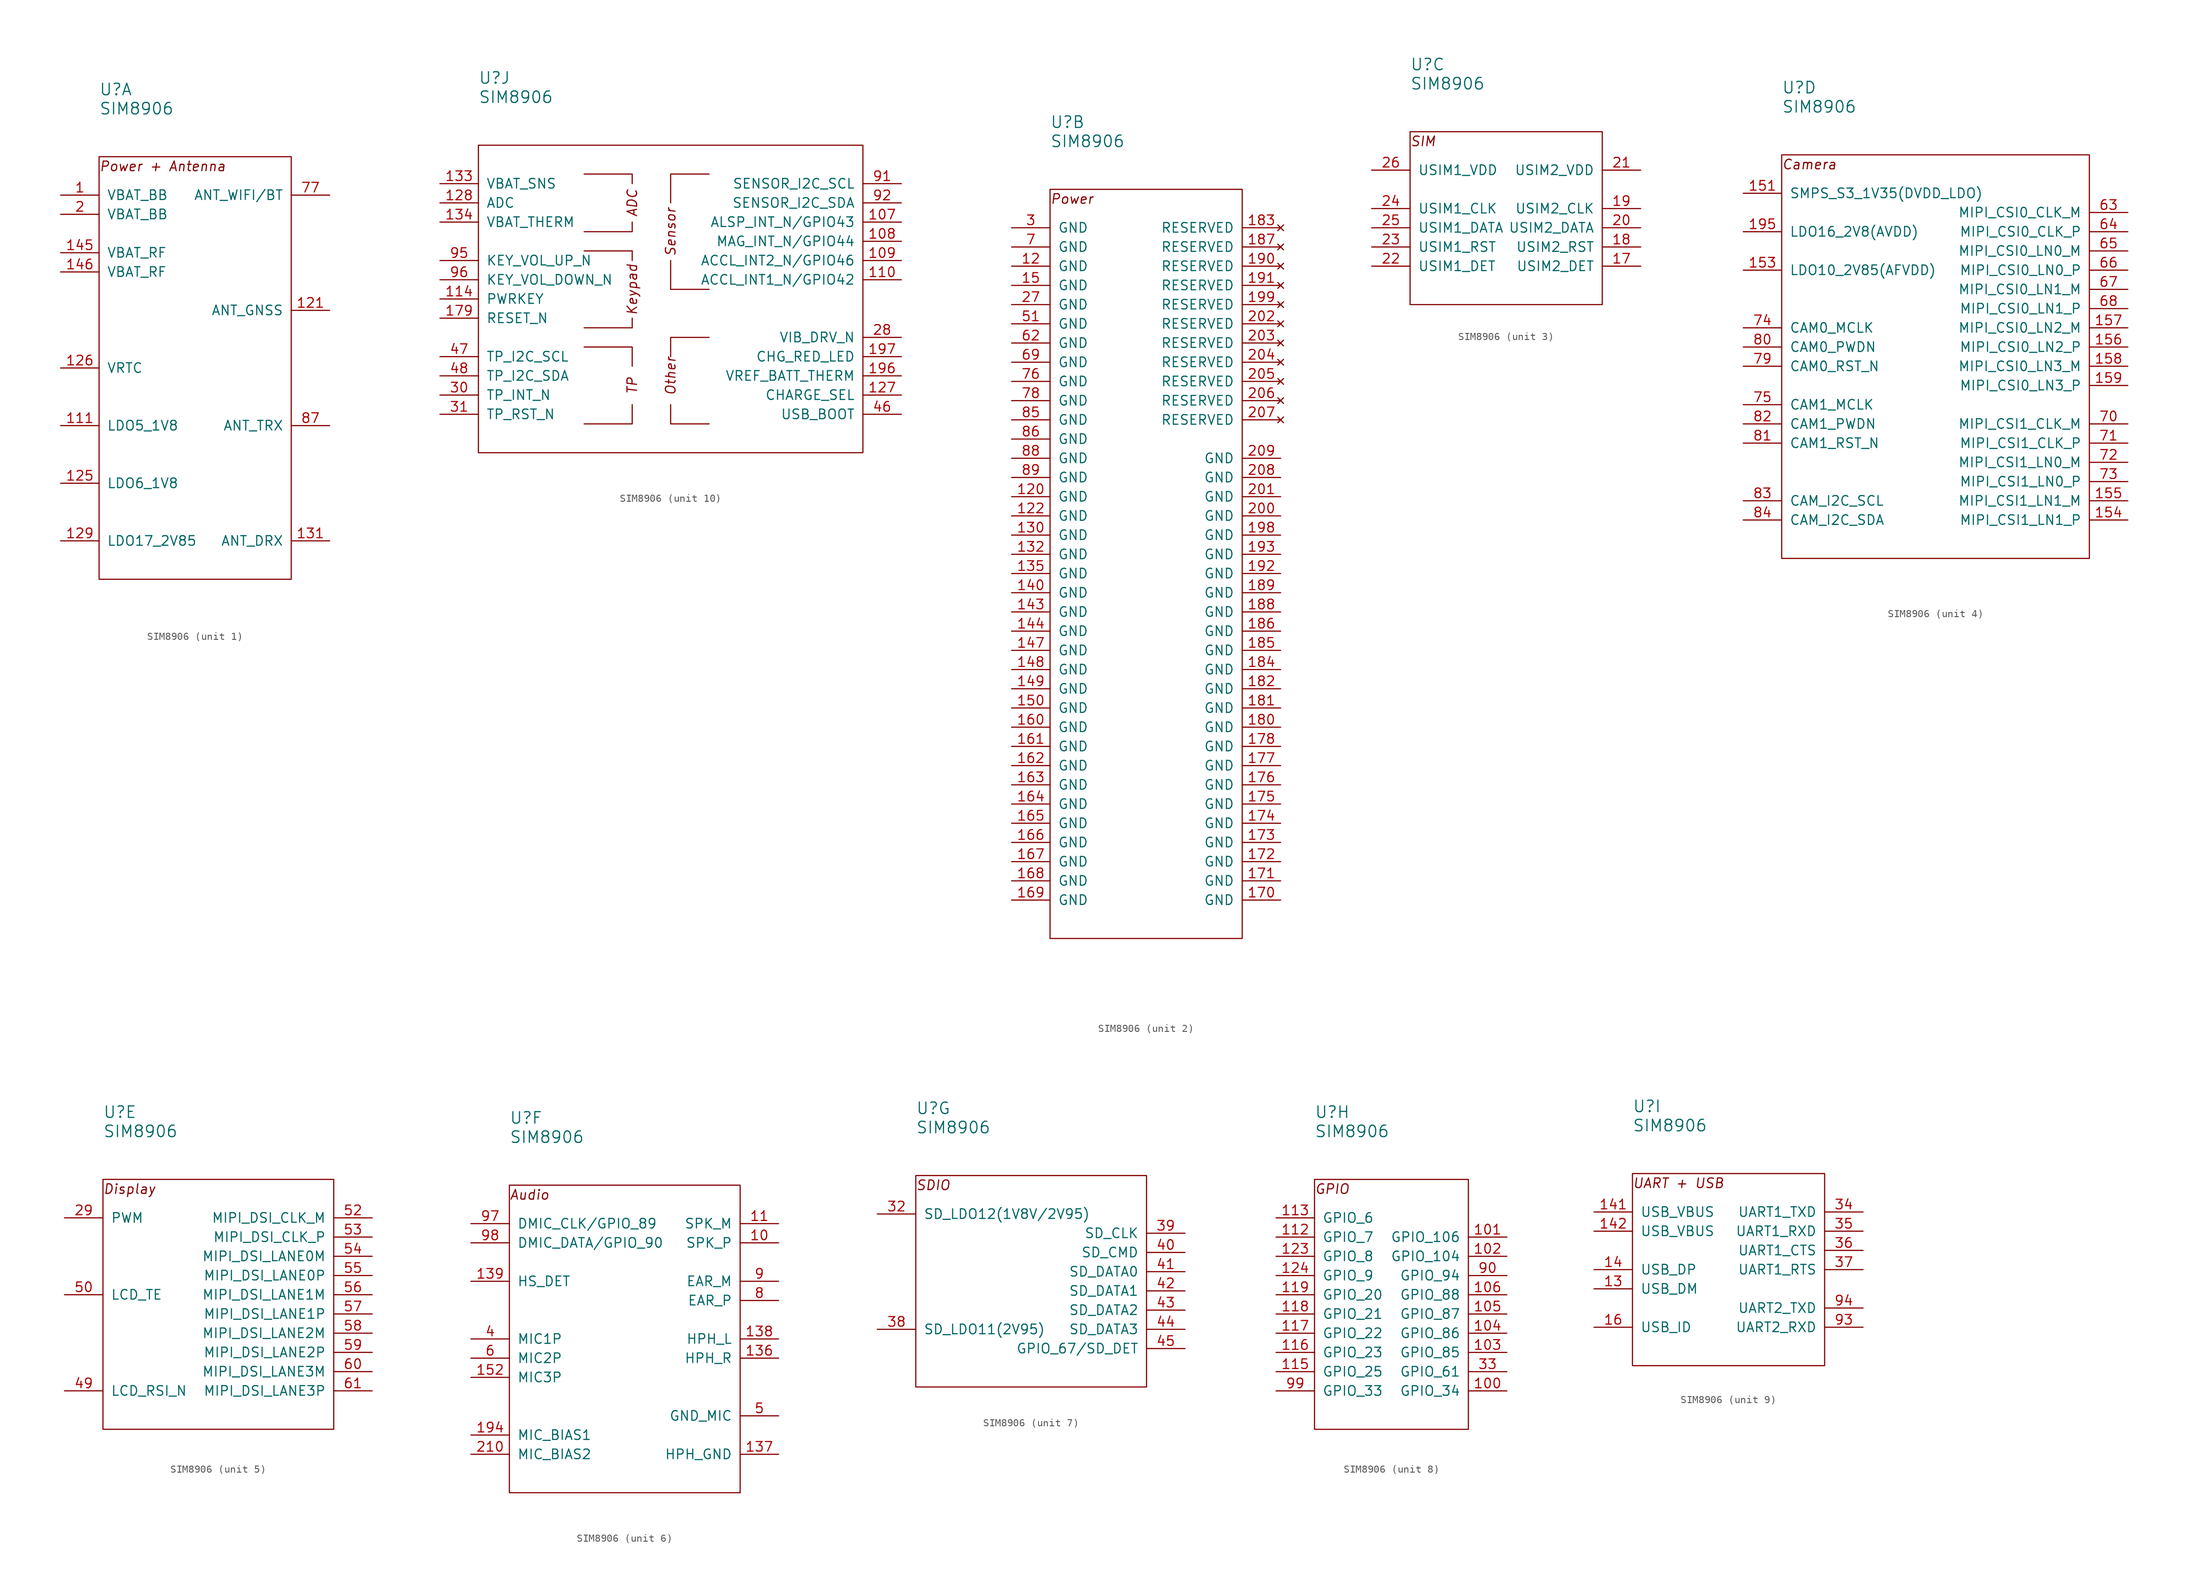
<source format=kicad_sym>
(kicad_symbol_lib
  (version 20211014)
  (generator kicad_symbol_editor)
  (symbol "SIM8906"
    (pin_names
      (offset 1.016))
    (property "Reference" "U"
      (at 0 8.89 0)
      (effects (font (size 1.524 1.524)) (justify left)))
    (property "Value" "SIM8906"
      (at 0 6.35 0)
      (effects (font (size 1.524 1.524)) (justify left)))
    (property "ki_locked" ""
      (at 0 0 0)
      (effects (font (size 1.27 1.27))))
    (symbol "SIM8906_1_1"
      (rectangle (start 0 0) (end 25.4 -55.88) (stroke (width 0) (type default) (color 0 0 0 0)) (fill (type none)))
      (text "Power + Antenna" (at 0 -1.27 0) (effects (font (size 1.27 1.27) italic) (justify left)))
      (pin passive line (at -5.08 -5.08 0) (length 5.08) (name "VBAT_BB" (effects (font (size 1.27 1.27)))) (number "1" (effects (font (size 1.27 1.27)))))
      (pin passive line (at -5.08 -35.56 0) (length 5.08) (name "LDO5_1V8" (effects (font (size 1.27 1.27)))) (number "111" (effects (font (size 1.27 1.27)))))
      (pin passive line (at 30.48 -20.32 180) (length 5.08) (name "ANT_GNSS" (effects (font (size 1.27 1.27)))) (number "121" (effects (font (size 1.27 1.27)))))
      (pin passive line (at -5.08 -43.18 0) (length 5.08) (name "LDO6_1V8" (effects (font (size 1.27 1.27)))) (number "125" (effects (font (size 1.27 1.27)))))
      (pin passive line (at -5.08 -27.94 0) (length 5.08) (name "VRTC" (effects (font (size 1.27 1.27)))) (number "126" (effects (font (size 1.27 1.27)))))
      (pin passive line (at -5.08 -50.8 0) (length 5.08) (name "LDO17_2V85" (effects (font (size 1.27 1.27)))) (number "129" (effects (font (size 1.27 1.27)))))
      (pin passive line (at 30.48 -50.8 180) (length 5.08) (name "ANT_DRX" (effects (font (size 1.27 1.27)))) (number "131" (effects (font (size 1.27 1.27)))))
      (pin passive line (at -5.08 -12.7 0) (length 5.08) (name "VBAT_RF" (effects (font (size 1.27 1.27)))) (number "145" (effects (font (size 1.27 1.27)))))
      (pin passive line (at -5.08 -15.24 0) (length 5.08) (name "VBAT_RF" (effects (font (size 1.27 1.27)))) (number "146" (effects (font (size 1.27 1.27)))))
      (pin passive line (at -5.08 -7.62 0) (length 5.08) (name "VBAT_BB" (effects (font (size 1.27 1.27)))) (number "2" (effects (font (size 1.27 1.27)))))
      (pin passive line (at 30.48 -5.08 180) (length 5.08) (name "ANT_WIFI/BT" (effects (font (size 1.27 1.27)))) (number "77" (effects (font (size 1.27 1.27)))))
      (pin passive line (at 30.48 -35.56 180) (length 5.08) (name "ANT_TRX" (effects (font (size 1.27 1.27)))) (number "87" (effects (font (size 1.27 1.27))))))
    (symbol "SIM8906_2_1"
      (rectangle (start 0 0) (end 25.4 -99.06) (stroke (width 0) (type default) (color 0 0 0 0)) (fill (type none)))
      (text "Power" (at 0 -1.27 0) (effects (font (size 1.27 1.27) italic) (justify left)))
      (pin passive line (at -5.08 -10.16 0) (length 5.08) (name "GND" (effects (font (size 1.27 1.27)))) (number "12" (effects (font (size 1.27 1.27)))))
      (pin passive line (at -5.08 -40.64 0) (length 5.08) (name "GND" (effects (font (size 1.27 1.27)))) (number "120" (effects (font (size 1.27 1.27)))))
      (pin passive line (at -5.08 -43.18 0) (length 5.08) (name "GND" (effects (font (size 1.27 1.27)))) (number "122" (effects (font (size 1.27 1.27)))))
      (pin passive line (at -5.08 -45.72 0) (length 5.08) (name "GND" (effects (font (size 1.27 1.27)))) (number "130" (effects (font (size 1.27 1.27)))))
      (pin passive line (at -5.08 -48.26 0) (length 5.08) (name "GND" (effects (font (size 1.27 1.27)))) (number "132" (effects (font (size 1.27 1.27)))))
      (pin passive line (at -5.08 -50.8 0) (length 5.08) (name "GND" (effects (font (size 1.27 1.27)))) (number "135" (effects (font (size 1.27 1.27)))))
      (pin passive line (at -5.08 -53.34 0) (length 5.08) (name "GND" (effects (font (size 1.27 1.27)))) (number "140" (effects (font (size 1.27 1.27)))))
      (pin passive line (at -5.08 -55.88 0) (length 5.08) (name "GND" (effects (font (size 1.27 1.27)))) (number "143" (effects (font (size 1.27 1.27)))))
      (pin passive line (at -5.08 -58.42 0) (length 5.08) (name "GND" (effects (font (size 1.27 1.27)))) (number "144" (effects (font (size 1.27 1.27)))))
      (pin passive line (at -5.08 -60.96 0) (length 5.08) (name "GND" (effects (font (size 1.27 1.27)))) (number "147" (effects (font (size 1.27 1.27)))))
      (pin passive line (at -5.08 -63.5 0) (length 5.08) (name "GND" (effects (font (size 1.27 1.27)))) (number "148" (effects (font (size 1.27 1.27)))))
      (pin passive line (at -5.08 -66.04 0) (length 5.08) (name "GND" (effects (font (size 1.27 1.27)))) (number "149" (effects (font (size 1.27 1.27)))))
      (pin passive line (at -5.08 -12.7 0) (length 5.08) (name "GND" (effects (font (size 1.27 1.27)))) (number "15" (effects (font (size 1.27 1.27)))))
      (pin passive line (at -5.08 -68.58 0) (length 5.08) (name "GND" (effects (font (size 1.27 1.27)))) (number "150" (effects (font (size 1.27 1.27)))))
      (pin passive line (at -5.08 -71.12 0) (length 5.08) (name "GND" (effects (font (size 1.27 1.27)))) (number "160" (effects (font (size 1.27 1.27)))))
      (pin passive line (at -5.08 -73.66 0) (length 5.08) (name "GND" (effects (font (size 1.27 1.27)))) (number "161" (effects (font (size 1.27 1.27)))))
      (pin passive line (at -5.08 -76.2 0) (length 5.08) (name "GND" (effects (font (size 1.27 1.27)))) (number "162" (effects (font (size 1.27 1.27)))))
      (pin passive line (at -5.08 -78.74 0) (length 5.08) (name "GND" (effects (font (size 1.27 1.27)))) (number "163" (effects (font (size 1.27 1.27)))))
      (pin passive line (at -5.08 -81.28 0) (length 5.08) (name "GND" (effects (font (size 1.27 1.27)))) (number "164" (effects (font (size 1.27 1.27)))))
      (pin passive line (at -5.08 -83.82 0) (length 5.08) (name "GND" (effects (font (size 1.27 1.27)))) (number "165" (effects (font (size 1.27 1.27)))))
      (pin passive line (at -5.08 -86.36 0) (length 5.08) (name "GND" (effects (font (size 1.27 1.27)))) (number "166" (effects (font (size 1.27 1.27)))))
      (pin passive line (at -5.08 -88.9 0) (length 5.08) (name "GND" (effects (font (size 1.27 1.27)))) (number "167" (effects (font (size 1.27 1.27)))))
      (pin passive line (at -5.08 -91.44 0) (length 5.08) (name "GND" (effects (font (size 1.27 1.27)))) (number "168" (effects (font (size 1.27 1.27)))))
      (pin passive line (at -5.08 -93.98 0) (length 5.08) (name "GND" (effects (font (size 1.27 1.27)))) (number "169" (effects (font (size 1.27 1.27)))))
      (pin passive line (at 30.48 -93.98 180) (length 5.08) (name "GND" (effects (font (size 1.27 1.27)))) (number "170" (effects (font (size 1.27 1.27)))))
      (pin passive line (at 30.48 -91.44 180) (length 5.08) (name "GND" (effects (font (size 1.27 1.27)))) (number "171" (effects (font (size 1.27 1.27)))))
      (pin passive line (at 30.48 -88.9 180) (length 5.08) (name "GND" (effects (font (size 1.27 1.27)))) (number "172" (effects (font (size 1.27 1.27)))))
      (pin passive line (at 30.48 -86.36 180) (length 5.08) (name "GND" (effects (font (size 1.27 1.27)))) (number "173" (effects (font (size 1.27 1.27)))))
      (pin passive line (at 30.48 -83.82 180) (length 5.08) (name "GND" (effects (font (size 1.27 1.27)))) (number "174" (effects (font (size 1.27 1.27)))))
      (pin passive line (at 30.48 -81.28 180) (length 5.08) (name "GND" (effects (font (size 1.27 1.27)))) (number "175" (effects (font (size 1.27 1.27)))))
      (pin passive line (at 30.48 -78.74 180) (length 5.08) (name "GND" (effects (font (size 1.27 1.27)))) (number "176" (effects (font (size 1.27 1.27)))))
      (pin passive line (at 30.48 -76.2 180) (length 5.08) (name "GND" (effects (font (size 1.27 1.27)))) (number "177" (effects (font (size 1.27 1.27)))))
      (pin passive line (at 30.48 -73.66 180) (length 5.08) (name "GND" (effects (font (size 1.27 1.27)))) (number "178" (effects (font (size 1.27 1.27)))))
      (pin passive line (at 30.48 -71.12 180) (length 5.08) (name "GND" (effects (font (size 1.27 1.27)))) (number "180" (effects (font (size 1.27 1.27)))))
      (pin passive line (at 30.48 -68.58 180) (length 5.08) (name "GND" (effects (font (size 1.27 1.27)))) (number "181" (effects (font (size 1.27 1.27)))))
      (pin passive line (at 30.48 -66.04 180) (length 5.08) (name "GND" (effects (font (size 1.27 1.27)))) (number "182" (effects (font (size 1.27 1.27)))))
      (pin no_connect line (at 30.48 -5.08 180) (length 5.08) (name "RESERVED" (effects (font (size 1.27 1.27)))) (number "183" (effects (font (size 1.27 1.27)))))
      (pin passive line (at 30.48 -63.5 180) (length 5.08) (name "GND" (effects (font (size 1.27 1.27)))) (number "184" (effects (font (size 1.27 1.27)))))
      (pin passive line (at 30.48 -60.96 180) (length 5.08) (name "GND" (effects (font (size 1.27 1.27)))) (number "185" (effects (font (size 1.27 1.27)))))
      (pin passive line (at 30.48 -58.42 180) (length 5.08) (name "GND" (effects (font (size 1.27 1.27)))) (number "186" (effects (font (size 1.27 1.27)))))
      (pin no_connect line (at 30.48 -7.62 180) (length 5.08) (name "RESERVED" (effects (font (size 1.27 1.27)))) (number "187" (effects (font (size 1.27 1.27)))))
      (pin passive line (at 30.48 -55.88 180) (length 5.08) (name "GND" (effects (font (size 1.27 1.27)))) (number "188" (effects (font (size 1.27 1.27)))))
      (pin passive line (at 30.48 -53.34 180) (length 5.08) (name "GND" (effects (font (size 1.27 1.27)))) (number "189" (effects (font (size 1.27 1.27)))))
      (pin no_connect line (at 30.48 -10.16 180) (length 5.08) (name "RESERVED" (effects (font (size 1.27 1.27)))) (number "190" (effects (font (size 1.27 1.27)))))
      (pin no_connect line (at 30.48 -12.7 180) (length 5.08) (name "RESERVED" (effects (font (size 1.27 1.27)))) (number "191" (effects (font (size 1.27 1.27)))))
      (pin passive line (at 30.48 -50.8 180) (length 5.08) (name "GND" (effects (font (size 1.27 1.27)))) (number "192" (effects (font (size 1.27 1.27)))))
      (pin passive line (at 30.48 -48.26 180) (length 5.08) (name "GND" (effects (font (size 1.27 1.27)))) (number "193" (effects (font (size 1.27 1.27)))))
      (pin passive line (at 30.48 -45.72 180) (length 5.08) (name "GND" (effects (font (size 1.27 1.27)))) (number "198" (effects (font (size 1.27 1.27)))))
      (pin no_connect line (at 30.48 -15.24 180) (length 5.08) (name "RESERVED" (effects (font (size 1.27 1.27)))) (number "199" (effects (font (size 1.27 1.27)))))
      (pin passive line (at 30.48 -43.18 180) (length 5.08) (name "GND" (effects (font (size 1.27 1.27)))) (number "200" (effects (font (size 1.27 1.27)))))
      (pin passive line (at 30.48 -40.64 180) (length 5.08) (name "GND" (effects (font (size 1.27 1.27)))) (number "201" (effects (font (size 1.27 1.27)))))
      (pin no_connect line (at 30.48 -17.78 180) (length 5.08) (name "RESERVED" (effects (font (size 1.27 1.27)))) (number "202" (effects (font (size 1.27 1.27)))))
      (pin no_connect line (at 30.48 -20.32 180) (length 5.08) (name "RESERVED" (effects (font (size 1.27 1.27)))) (number "203" (effects (font (size 1.27 1.27)))))
      (pin no_connect line (at 30.48 -22.86 180) (length 5.08) (name "RESERVED" (effects (font (size 1.27 1.27)))) (number "204" (effects (font (size 1.27 1.27)))))
      (pin no_connect line (at 30.48 -25.4 180) (length 5.08) (name "RESERVED" (effects (font (size 1.27 1.27)))) (number "205" (effects (font (size 1.27 1.27)))))
      (pin no_connect line (at 30.48 -27.94 180) (length 5.08) (name "RESERVED" (effects (font (size 1.27 1.27)))) (number "206" (effects (font (size 1.27 1.27)))))
      (pin no_connect line (at 30.48 -30.48 180) (length 5.08) (name "RESERVED" (effects (font (size 1.27 1.27)))) (number "207" (effects (font (size 1.27 1.27)))))
      (pin passive line (at 30.48 -38.1 180) (length 5.08) (name "GND" (effects (font (size 1.27 1.27)))) (number "208" (effects (font (size 1.27 1.27)))))
      (pin passive line (at 30.48 -35.56 180) (length 5.08) (name "GND" (effects (font (size 1.27 1.27)))) (number "209" (effects (font (size 1.27 1.27)))))
      (pin passive line (at -5.08 -15.24 0) (length 5.08) (name "GND" (effects (font (size 1.27 1.27)))) (number "27" (effects (font (size 1.27 1.27)))))
      (pin passive line (at -5.08 -5.08 0) (length 5.08) (name "GND" (effects (font (size 1.27 1.27)))) (number "3" (effects (font (size 1.27 1.27)))))
      (pin passive line (at -5.08 -17.78 0) (length 5.08) (name "GND" (effects (font (size 1.27 1.27)))) (number "51" (effects (font (size 1.27 1.27)))))
      (pin passive line (at -5.08 -20.32 0) (length 5.08) (name "GND" (effects (font (size 1.27 1.27)))) (number "62" (effects (font (size 1.27 1.27)))))
      (pin passive line (at -5.08 -22.86 0) (length 5.08) (name "GND" (effects (font (size 1.27 1.27)))) (number "69" (effects (font (size 1.27 1.27)))))
      (pin passive line (at -5.08 -7.62 0) (length 5.08) (name "GND" (effects (font (size 1.27 1.27)))) (number "7" (effects (font (size 1.27 1.27)))))
      (pin passive line (at -5.08 -25.4 0) (length 5.08) (name "GND" (effects (font (size 1.27 1.27)))) (number "76" (effects (font (size 1.27 1.27)))))
      (pin passive line (at -5.08 -27.94 0) (length 5.08) (name "GND" (effects (font (size 1.27 1.27)))) (number "78" (effects (font (size 1.27 1.27)))))
      (pin passive line (at -5.08 -30.48 0) (length 5.08) (name "GND" (effects (font (size 1.27 1.27)))) (number "85" (effects (font (size 1.27 1.27)))))
      (pin passive line (at -5.08 -33.02 0) (length 5.08) (name "GND" (effects (font (size 1.27 1.27)))) (number "86" (effects (font (size 1.27 1.27)))))
      (pin passive line (at -5.08 -35.56 0) (length 5.08) (name "GND" (effects (font (size 1.27 1.27)))) (number "88" (effects (font (size 1.27 1.27)))))
      (pin passive line (at -5.08 -38.1 0) (length 5.08) (name "GND" (effects (font (size 1.27 1.27)))) (number "89" (effects (font (size 1.27 1.27))))))
    (symbol "SIM8906_3_1"
      (rectangle (start 0 0) (end 25.4 -22.86) (stroke (width 0) (type default) (color 0 0 0 0)) (fill (type none)))
      (text "SIM" (at 0 -1.27 0) (effects (font (size 1.27 1.27) italic) (justify left)))
      (pin passive line (at 30.48 -17.78 180) (length 5.08) (name "USIM2_DET" (effects (font (size 1.27 1.27)))) (number "17" (effects (font (size 1.27 1.27)))))
      (pin passive line (at 30.48 -15.24 180) (length 5.08) (name "USIM2_RST" (effects (font (size 1.27 1.27)))) (number "18" (effects (font (size 1.27 1.27)))))
      (pin passive line (at 30.48 -10.16 180) (length 5.08) (name "USIM2_CLK" (effects (font (size 1.27 1.27)))) (number "19" (effects (font (size 1.27 1.27)))))
      (pin passive line (at 30.48 -12.7 180) (length 5.08) (name "USIM2_DATA" (effects (font (size 1.27 1.27)))) (number "20" (effects (font (size 1.27 1.27)))))
      (pin passive line (at 30.48 -5.08 180) (length 5.08) (name "USIM2_VDD" (effects (font (size 1.27 1.27)))) (number "21" (effects (font (size 1.27 1.27)))))
      (pin passive line (at -5.08 -17.78 0) (length 5.08) (name "USIM1_DET" (effects (font (size 1.27 1.27)))) (number "22" (effects (font (size 1.27 1.27)))))
      (pin passive line (at -5.08 -15.24 0) (length 5.08) (name "USIM1_RST" (effects (font (size 1.27 1.27)))) (number "23" (effects (font (size 1.27 1.27)))))
      (pin passive line (at -5.08 -10.16 0) (length 5.08) (name "USIM1_CLK" (effects (font (size 1.27 1.27)))) (number "24" (effects (font (size 1.27 1.27)))))
      (pin passive line (at -5.08 -12.7 0) (length 5.08) (name "USIM1_DATA" (effects (font (size 1.27 1.27)))) (number "25" (effects (font (size 1.27 1.27)))))
      (pin passive line (at -5.08 -5.08 0) (length 5.08) (name "USIM1_VDD" (effects (font (size 1.27 1.27)))) (number "26" (effects (font (size 1.27 1.27))))))
    (symbol "SIM8906_4_1"
      (rectangle (start 0 0) (end 40.64 -53.34) (stroke (width 0) (type default) (color 0 0 0 0)) (fill (type none)))
      (text "Camera" (at 0 -1.27 0) (effects (font (size 1.27 1.27) italic) (justify left)))
      (pin passive line (at -5.08 -5.08 0) (length 5.08) (name "SMPS_S3_1V35(DVDD_LDO)" (effects (font (size 1.27 1.27)))) (number "151" (effects (font (size 1.27 1.27)))))
      (pin passive line (at -5.08 -15.24 0) (length 5.08) (name "LDO10_2V85(AFVDD)" (effects (font (size 1.27 1.27)))) (number "153" (effects (font (size 1.27 1.27)))))
      (pin passive line (at 45.72 -48.26 180) (length 5.08) (name "MIPI_CSI1_LN1_P" (effects (font (size 1.27 1.27)))) (number "154" (effects (font (size 1.27 1.27)))))
      (pin passive line (at 45.72 -45.72 180) (length 5.08) (name "MIPI_CSI1_LN1_M" (effects (font (size 1.27 1.27)))) (number "155" (effects (font (size 1.27 1.27)))))
      (pin passive line (at 45.72 -25.4 180) (length 5.08) (name "MIPI_CSI0_LN2_P" (effects (font (size 1.27 1.27)))) (number "156" (effects (font (size 1.27 1.27)))))
      (pin passive line (at 45.72 -22.86 180) (length 5.08) (name "MIPI_CSI0_LN2_M" (effects (font (size 1.27 1.27)))) (number "157" (effects (font (size 1.27 1.27)))))
      (pin passive line (at 45.72 -27.94 180) (length 5.08) (name "MIPI_CSI0_LN3_M" (effects (font (size 1.27 1.27)))) (number "158" (effects (font (size 1.27 1.27)))))
      (pin passive line (at 45.72 -30.48 180) (length 5.08) (name "MIPI_CSI0_LN3_P" (effects (font (size 1.27 1.27)))) (number "159" (effects (font (size 1.27 1.27)))))
      (pin passive line (at -5.08 -10.16 0) (length 5.08) (name "LDO16_2V8(AVDD)" (effects (font (size 1.27 1.27)))) (number "195" (effects (font (size 1.27 1.27)))))
      (pin passive line (at 45.72 -7.62 180) (length 5.08) (name "MIPI_CSI0_CLK_M" (effects (font (size 1.27 1.27)))) (number "63" (effects (font (size 1.27 1.27)))))
      (pin passive line (at 45.72 -10.16 180) (length 5.08) (name "MIPI_CSI0_CLK_P" (effects (font (size 1.27 1.27)))) (number "64" (effects (font (size 1.27 1.27)))))
      (pin passive line (at 45.72 -12.7 180) (length 5.08) (name "MIPI_CSI0_LN0_M" (effects (font (size 1.27 1.27)))) (number "65" (effects (font (size 1.27 1.27)))))
      (pin passive line (at 45.72 -15.24 180) (length 5.08) (name "MIPI_CSI0_LN0_P" (effects (font (size 1.27 1.27)))) (number "66" (effects (font (size 1.27 1.27)))))
      (pin passive line (at 45.72 -17.78 180) (length 5.08) (name "MIPI_CSI0_LN1_M" (effects (font (size 1.27 1.27)))) (number "67" (effects (font (size 1.27 1.27)))))
      (pin passive line (at 45.72 -20.32 180) (length 5.08) (name "MIPI_CSI0_LN1_P" (effects (font (size 1.27 1.27)))) (number "68" (effects (font (size 1.27 1.27)))))
      (pin passive line (at 45.72 -35.56 180) (length 5.08) (name "MIPI_CSI1_CLK_M" (effects (font (size 1.27 1.27)))) (number "70" (effects (font (size 1.27 1.27)))))
      (pin passive line (at 45.72 -38.1 180) (length 5.08) (name "MIPI_CSI1_CLK_P" (effects (font (size 1.27 1.27)))) (number "71" (effects (font (size 1.27 1.27)))))
      (pin passive line (at 45.72 -40.64 180) (length 5.08) (name "MIPI_CSI1_LN0_M" (effects (font (size 1.27 1.27)))) (number "72" (effects (font (size 1.27 1.27)))))
      (pin passive line (at 45.72 -43.18 180) (length 5.08) (name "MIPI_CSI1_LN0_P" (effects (font (size 1.27 1.27)))) (number "73" (effects (font (size 1.27 1.27)))))
      (pin passive line (at -5.08 -22.86 0) (length 5.08) (name "CAM0_MCLK" (effects (font (size 1.27 1.27)))) (number "74" (effects (font (size 1.27 1.27)))))
      (pin passive line (at -5.08 -33.02 0) (length 5.08) (name "CAM1_MCLK" (effects (font (size 1.27 1.27)))) (number "75" (effects (font (size 1.27 1.27)))))
      (pin passive line (at -5.08 -27.94 0) (length 5.08) (name "CAM0_RST_N" (effects (font (size 1.27 1.27)))) (number "79" (effects (font (size 1.27 1.27)))))
      (pin passive line (at -5.08 -25.4 0) (length 5.08) (name "CAM0_PWDN" (effects (font (size 1.27 1.27)))) (number "80" (effects (font (size 1.27 1.27)))))
      (pin passive line (at -5.08 -38.1 0) (length 5.08) (name "CAM1_RST_N" (effects (font (size 1.27 1.27)))) (number "81" (effects (font (size 1.27 1.27)))))
      (pin passive line (at -5.08 -35.56 0) (length 5.08) (name "CAM1_PWDN" (effects (font (size 1.27 1.27)))) (number "82" (effects (font (size 1.27 1.27)))))
      (pin passive line (at -5.08 -45.72 0) (length 5.08) (name "CAM_I2C_SCL" (effects (font (size 1.27 1.27)))) (number "83" (effects (font (size 1.27 1.27)))))
      (pin passive line (at -5.08 -48.26 0) (length 5.08) (name "CAM_I2C_SDA" (effects (font (size 1.27 1.27)))) (number "84" (effects (font (size 1.27 1.27))))))
    (symbol "SIM8906_5_1"
      (rectangle (start 0 0) (end 30.48 -33.02) (stroke (width 0) (type default) (color 0 0 0 0)) (fill (type none)))
      (text "Display" (at 0 -1.27 0) (effects (font (size 1.27 1.27) italic) (justify left)))
      (pin passive line (at -5.08 -5.08 0) (length 5.08) (name "PWM" (effects (font (size 1.27 1.27)))) (number "29" (effects (font (size 1.27 1.27)))))
      (pin passive line (at -5.08 -27.94 0) (length 5.08) (name "LCD_RSI_N" (effects (font (size 1.27 1.27)))) (number "49" (effects (font (size 1.27 1.27)))))
      (pin passive line (at -5.08 -15.24 0) (length 5.08) (name "LCD_TE" (effects (font (size 1.27 1.27)))) (number "50" (effects (font (size 1.27 1.27)))))
      (pin passive line (at 35.56 -5.08 180) (length 5.08) (name "MIPI_DSI_CLK_M" (effects (font (size 1.27 1.27)))) (number "52" (effects (font (size 1.27 1.27)))))
      (pin passive line (at 35.56 -7.62 180) (length 5.08) (name "MIPI_DSI_CLK_P" (effects (font (size 1.27 1.27)))) (number "53" (effects (font (size 1.27 1.27)))))
      (pin passive line (at 35.56 -10.16 180) (length 5.08) (name "MIPI_DSI_LANE0M" (effects (font (size 1.27 1.27)))) (number "54" (effects (font (size 1.27 1.27)))))
      (pin passive line (at 35.56 -12.7 180) (length 5.08) (name "MIPI_DSI_LANE0P" (effects (font (size 1.27 1.27)))) (number "55" (effects (font (size 1.27 1.27)))))
      (pin passive line (at 35.56 -15.24 180) (length 5.08) (name "MIPI_DSI_LANE1M" (effects (font (size 1.27 1.27)))) (number "56" (effects (font (size 1.27 1.27)))))
      (pin passive line (at 35.56 -17.78 180) (length 5.08) (name "MIPI_DSI_LANE1P" (effects (font (size 1.27 1.27)))) (number "57" (effects (font (size 1.27 1.27)))))
      (pin passive line (at 35.56 -20.32 180) (length 5.08) (name "MIPI_DSI_LANE2M" (effects (font (size 1.27 1.27)))) (number "58" (effects (font (size 1.27 1.27)))))
      (pin passive line (at 35.56 -22.86 180) (length 5.08) (name "MIPI_DSI_LANE2P" (effects (font (size 1.27 1.27)))) (number "59" (effects (font (size 1.27 1.27)))))
      (pin passive line (at 35.56 -25.4 180) (length 5.08) (name "MIPI_DSI_LANE3M" (effects (font (size 1.27 1.27)))) (number "60" (effects (font (size 1.27 1.27)))))
      (pin passive line (at 35.56 -27.94 180) (length 5.08) (name "MIPI_DSI_LANE3P" (effects (font (size 1.27 1.27)))) (number "61" (effects (font (size 1.27 1.27))))))
    (symbol "SIM8906_6_1"
      (rectangle (start 0 0) (end 30.48 -40.64) (stroke (width 0) (type default) (color 0 0 0 0)) (fill (type none)))
      (text "Audio" (at 0 -1.27 0) (effects (font (size 1.27 1.27) italic) (justify left)))
      (pin passive line (at 35.56 -7.62 180) (length 5.08) (name "SPK_P" (effects (font (size 1.27 1.27)))) (number "10" (effects (font (size 1.27 1.27)))))
      (pin passive line (at 35.56 -5.08 180) (length 5.08) (name "SPK_M" (effects (font (size 1.27 1.27)))) (number "11" (effects (font (size 1.27 1.27)))))
      (pin passive line (at 35.56 -22.86 180) (length 5.08) (name "HPH_R" (effects (font (size 1.27 1.27)))) (number "136" (effects (font (size 1.27 1.27)))))
      (pin passive line (at 35.56 -35.56 180) (length 5.08) (name "HPH_GND" (effects (font (size 1.27 1.27)))) (number "137" (effects (font (size 1.27 1.27)))))
      (pin passive line (at 35.56 -20.32 180) (length 5.08) (name "HPH_L" (effects (font (size 1.27 1.27)))) (number "138" (effects (font (size 1.27 1.27)))))
      (pin passive line (at -5.08 -12.7 0) (length 5.08) (name "HS_DET" (effects (font (size 1.27 1.27)))) (number "139" (effects (font (size 1.27 1.27)))))
      (pin passive line (at -5.08 -25.4 0) (length 5.08) (name "MIC3P" (effects (font (size 1.27 1.27)))) (number "152" (effects (font (size 1.27 1.27)))))
      (pin passive line (at -5.08 -33.02 0) (length 5.08) (name "MIC_BIAS1" (effects (font (size 1.27 1.27)))) (number "194" (effects (font (size 1.27 1.27)))))
      (pin passive line (at -5.08 -35.56 0) (length 5.08) (name "MIC_BIAS2" (effects (font (size 1.27 1.27)))) (number "210" (effects (font (size 1.27 1.27)))))
      (pin passive line (at -5.08 -20.32 0) (length 5.08) (name "MIC1P" (effects (font (size 1.27 1.27)))) (number "4" (effects (font (size 1.27 1.27)))))
      (pin passive line (at 35.56 -30.48 180) (length 5.08) (name "GND_MIC" (effects (font (size 1.27 1.27)))) (number "5" (effects (font (size 1.27 1.27)))))
      (pin passive line (at -5.08 -22.86 0) (length 5.08) (name "MIC2P" (effects (font (size 1.27 1.27)))) (number "6" (effects (font (size 1.27 1.27)))))
      (pin passive line (at 35.56 -15.24 180) (length 5.08) (name "EAR_P" (effects (font (size 1.27 1.27)))) (number "8" (effects (font (size 1.27 1.27)))))
      (pin passive line (at 35.56 -12.7 180) (length 5.08) (name "EAR_M" (effects (font (size 1.27 1.27)))) (number "9" (effects (font (size 1.27 1.27)))))
      (pin passive line (at -5.08 -5.08 0) (length 5.08) (name "DMIC_CLK/GPIO_89" (effects (font (size 1.27 1.27)))) (number "97" (effects (font (size 1.27 1.27)))))
      (pin passive line (at -5.08 -7.62 0) (length 5.08) (name "DMIC_DATA/GPIO_90" (effects (font (size 1.27 1.27)))) (number "98" (effects (font (size 1.27 1.27))))))
    (symbol "SIM8906_7_1"
      (rectangle (start 0 0) (end 30.48 -27.94) (stroke (width 0) (type default) (color 0 0 0 0)) (fill (type none)))
      (text "SDIO" (at 0 -1.27 0) (effects (font (size 1.27 1.27) italic) (justify left)))
      (pin passive line (at -5.08 -5.08 0) (length 5.08) (name "SD_LDO12(1V8V/2V95)" (effects (font (size 1.27 1.27)))) (number "32" (effects (font (size 1.27 1.27)))))
      (pin passive line (at -5.08 -20.32 0) (length 5.08) (name "SD_LDO11(2V95)" (effects (font (size 1.27 1.27)))) (number "38" (effects (font (size 1.27 1.27)))))
      (pin passive line (at 35.56 -7.62 180) (length 5.08) (name "SD_CLK" (effects (font (size 1.27 1.27)))) (number "39" (effects (font (size 1.27 1.27)))))
      (pin passive line (at 35.56 -10.16 180) (length 5.08) (name "SD_CMD" (effects (font (size 1.27 1.27)))) (number "40" (effects (font (size 1.27 1.27)))))
      (pin passive line (at 35.56 -12.7 180) (length 5.08) (name "SD_DATA0" (effects (font (size 1.27 1.27)))) (number "41" (effects (font (size 1.27 1.27)))))
      (pin passive line (at 35.56 -15.24 180) (length 5.08) (name "SD_DATA1" (effects (font (size 1.27 1.27)))) (number "42" (effects (font (size 1.27 1.27)))))
      (pin passive line (at 35.56 -17.78 180) (length 5.08) (name "SD_DATA2" (effects (font (size 1.27 1.27)))) (number "43" (effects (font (size 1.27 1.27)))))
      (pin passive line (at 35.56 -20.32 180) (length 5.08) (name "SD_DATA3" (effects (font (size 1.27 1.27)))) (number "44" (effects (font (size 1.27 1.27)))))
      (pin passive line (at 35.56 -22.86 180) (length 5.08) (name "GPIO_67/SD_DET" (effects (font (size 1.27 1.27)))) (number "45" (effects (font (size 1.27 1.27))))))
    (symbol "SIM8906_8_1"
      (rectangle (start 0 0) (end 20.32 -33.02) (stroke (width 0) (type default) (color 0 0 0 0)) (fill (type none)))
      (text "GPIO" (at 0 -1.27 0) (effects (font (size 1.27 1.27) italic) (justify left)))
      (pin passive line (at 25.4 -27.94 180) (length 5.08) (name "GPIO_34" (effects (font (size 1.27 1.27)))) (number "100" (effects (font (size 1.27 1.27)))))
      (pin passive line (at 25.4 -7.62 180) (length 5.08) (name "GPIO_106" (effects (font (size 1.27 1.27)))) (number "101" (effects (font (size 1.27 1.27)))))
      (pin passive line (at 25.4 -10.16 180) (length 5.08) (name "GPIO_104" (effects (font (size 1.27 1.27)))) (number "102" (effects (font (size 1.27 1.27)))))
      (pin passive line (at 25.4 -22.86 180) (length 5.08) (name "GPIO_85" (effects (font (size 1.27 1.27)))) (number "103" (effects (font (size 1.27 1.27)))))
      (pin passive line (at 25.4 -20.32 180) (length 5.08) (name "GPIO_86" (effects (font (size 1.27 1.27)))) (number "104" (effects (font (size 1.27 1.27)))))
      (pin passive line (at 25.4 -17.78 180) (length 5.08) (name "GPIO_87" (effects (font (size 1.27 1.27)))) (number "105" (effects (font (size 1.27 1.27)))))
      (pin passive line (at 25.4 -15.24 180) (length 5.08) (name "GPIO_88" (effects (font (size 1.27 1.27)))) (number "106" (effects (font (size 1.27 1.27)))))
      (pin passive line (at -5.08 -7.62 0) (length 5.08) (name "GPIO_7" (effects (font (size 1.27 1.27)))) (number "112" (effects (font (size 1.27 1.27)))))
      (pin passive line (at -5.08 -5.08 0) (length 5.08) (name "GPIO_6" (effects (font (size 1.27 1.27)))) (number "113" (effects (font (size 1.27 1.27)))))
      (pin passive line (at -5.08 -25.4 0) (length 5.08) (name "GPIO_25" (effects (font (size 1.27 1.27)))) (number "115" (effects (font (size 1.27 1.27)))))
      (pin passive line (at -5.08 -22.86 0) (length 5.08) (name "GPIO_23" (effects (font (size 1.27 1.27)))) (number "116" (effects (font (size 1.27 1.27)))))
      (pin passive line (at -5.08 -20.32 0) (length 5.08) (name "GPIO_22" (effects (font (size 1.27 1.27)))) (number "117" (effects (font (size 1.27 1.27)))))
      (pin passive line (at -5.08 -17.78 0) (length 5.08) (name "GPIO_21" (effects (font (size 1.27 1.27)))) (number "118" (effects (font (size 1.27 1.27)))))
      (pin passive line (at -5.08 -15.24 0) (length 5.08) (name "GPIO_20" (effects (font (size 1.27 1.27)))) (number "119" (effects (font (size 1.27 1.27)))))
      (pin passive line (at -5.08 -10.16 0) (length 5.08) (name "GPIO_8" (effects (font (size 1.27 1.27)))) (number "123" (effects (font (size 1.27 1.27)))))
      (pin passive line (at -5.08 -12.7 0) (length 5.08) (name "GPIO_9" (effects (font (size 1.27 1.27)))) (number "124" (effects (font (size 1.27 1.27)))))
      (pin passive line (at 25.4 -25.4 180) (length 5.08) (name "GPIO_61" (effects (font (size 1.27 1.27)))) (number "33" (effects (font (size 1.27 1.27)))))
      (pin passive line (at 25.4 -12.7 180) (length 5.08) (name "GPIO_94" (effects (font (size 1.27 1.27)))) (number "90" (effects (font (size 1.27 1.27)))))
      (pin passive line (at -5.08 -27.94 0) (length 5.08) (name "GPIO_33" (effects (font (size 1.27 1.27)))) (number "99" (effects (font (size 1.27 1.27))))))
    (symbol "SIM8906_9_1"
      (rectangle (start 0 0) (end 25.4 -25.4) (stroke (width 0) (type default) (color 0 0 0 0)) (fill (type none)))
      (text "UART + USB" (at 0 -1.27 0) (effects (font (size 1.27 1.27) italic) (justify left)))
      (pin passive line (at -5.08 -15.24 0) (length 5.08) (name "USB_DM" (effects (font (size 1.27 1.27)))) (number "13" (effects (font (size 1.27 1.27)))))
      (pin passive line (at -5.08 -12.7 0) (length 5.08) (name "USB_DP" (effects (font (size 1.27 1.27)))) (number "14" (effects (font (size 1.27 1.27)))))
      (pin passive line (at -5.08 -5.08 0) (length 5.08) (name "USB_VBUS" (effects (font (size 1.27 1.27)))) (number "141" (effects (font (size 1.27 1.27)))))
      (pin passive line (at -5.08 -7.62 0) (length 5.08) (name "USB_VBUS" (effects (font (size 1.27 1.27)))) (number "142" (effects (font (size 1.27 1.27)))))
      (pin passive line (at -5.08 -20.32 0) (length 5.08) (name "USB_ID" (effects (font (size 1.27 1.27)))) (number "16" (effects (font (size 1.27 1.27)))))
      (pin passive line (at 30.48 -5.08 180) (length 5.08) (name "UART1_TXD" (effects (font (size 1.27 1.27)))) (number "34" (effects (font (size 1.27 1.27)))))
      (pin passive line (at 30.48 -7.62 180) (length 5.08) (name "UART1_RXD" (effects (font (size 1.27 1.27)))) (number "35" (effects (font (size 1.27 1.27)))))
      (pin passive line (at 30.48 -10.16 180) (length 5.08) (name "UART1_CTS" (effects (font (size 1.27 1.27)))) (number "36" (effects (font (size 1.27 1.27)))))
      (pin passive line (at 30.48 -12.7 180) (length 5.08) (name "UART1_RTS" (effects (font (size 1.27 1.27)))) (number "37" (effects (font (size 1.27 1.27)))))
      (pin passive line (at 30.48 -20.32 180) (length 5.08) (name "UART2_RXD" (effects (font (size 1.27 1.27)))) (number "93" (effects (font (size 1.27 1.27)))))
      (pin passive line (at 30.48 -17.78 180) (length 5.08) (name "UART2_TXD" (effects (font (size 1.27 1.27)))) (number "94" (effects (font (size 1.27 1.27))))))
    (symbol "SIM8906_10_1"
      (polyline (pts (xy 13.97 -24.13) (xy 20.32 -24.13)) (stroke (width 0.152) (type default) (color 0 0 0 0)) (fill (type none)))
      (polyline (pts (xy 13.97 -13.97) (xy 20.32 -13.97)) (stroke (width 0.152) (type default) (color 0 0 0 0)) (fill (type none)))
      (polyline (pts (xy 20.32 -22.86) (xy 20.32 -24.13)) (stroke (width 0.152) (type default) (color 0 0 0 0)) (fill (type none)))
      (polyline (pts (xy 20.32 -15.24) (xy 20.32 -13.97)) (stroke (width 0.152) (type default) (color 0 0 0 0)) (fill (type none)))
      (polyline (pts (xy 13.97 -36.83) (xy 20.32 -36.83) (xy 20.32 -34.29)) (stroke (width 0.152) (type default) (color 0 0 0 0)) (fill (type none)))
      (polyline (pts (xy 13.97 -26.67) (xy 20.32 -26.67) (xy 20.32 -29.21)) (stroke (width 0.152) (type default) (color 0 0 0 0)) (fill (type none)))
      (polyline (pts (xy 13.97 -3.81) (xy 20.32 -3.81) (xy 20.32 -5.08)) (stroke (width 0.152) (type default) (color 0 0 0 0)) (fill (type none)))
      (polyline (pts (xy 20.32 -10.16) (xy 20.32 -11.43) (xy 13.97 -11.43)) (stroke (width 0.152) (type default) (color 0 0 0 0)) (fill (type none)))
      (polyline (pts (xy 30.48 -36.83) (xy 25.4 -36.83) (xy 25.4 -34.29)) (stroke (width 0.152) (type default) (color 0 0 0 0)) (fill (type none)))
      (polyline (pts (xy 30.48 -25.4) (xy 25.4 -25.4) (xy 25.4 -27.94)) (stroke (width 0.152) (type default) (color 0 0 0 0)) (fill (type none)))
      (polyline (pts (xy 30.48 -19.05) (xy 25.4 -19.05) (xy 25.4 -15.24)) (stroke (width 0.152) (type default) (color 0 0 0 0)) (fill (type none)))
      (polyline (pts (xy 30.48 -3.81) (xy 25.4 -3.81) (xy 25.4 -7.62)) (stroke (width 0.152) (type default) (color 0 0 0 0)) (fill (type none)))
      (rectangle (start 0 0) (end 50.8 -40.64) (stroke (width 0) (type default) (color 0 0 0 0)) (fill (type none)))
      (text "ADC" (at 20.32 -7.62 900) (effects (font (size 1.27 1.27) italic)))
      (text "Keypad" (at 20.32 -19.05 900) (effects (font (size 1.27 1.27) italic)))
      (text "Other" (at 25.4 -30.48 900) (effects (font (size 1.27 1.27) italic)))
      (text "Sensor" (at 25.4 -11.43 900) (effects (font (size 1.27 1.27) italic)))
      (text "TP" (at 20.32 -31.75 900) (effects (font (size 1.27 1.27) italic)))
      (pin passive line (at 55.88 -10.16 180) (length 5.08) (name "ALSP_INT_N/GPIO43" (effects (font (size 1.27 1.27)))) (number "107" (effects (font (size 1.27 1.27)))))
      (pin passive line (at 55.88 -12.7 180) (length 5.08) (name "MAG_INT_N/GPIO44" (effects (font (size 1.27 1.27)))) (number "108" (effects (font (size 1.27 1.27)))))
      (pin passive line (at 55.88 -15.24 180) (length 5.08) (name "ACCL_INT2_N/GPIO46" (effects (font (size 1.27 1.27)))) (number "109" (effects (font (size 1.27 1.27)))))
      (pin passive line (at 55.88 -17.78 180) (length 5.08) (name "ACCL_INT1_N/GPIO42" (effects (font (size 1.27 1.27)))) (number "110" (effects (font (size 1.27 1.27)))))
      (pin passive line (at -5.08 -20.32 0) (length 5.08) (name "PWRKEY" (effects (font (size 1.27 1.27)))) (number "114" (effects (font (size 1.27 1.27)))))
      (pin passive line (at 55.88 -33.02 180) (length 5.08) (name "CHARGE_SEL" (effects (font (size 1.27 1.27)))) (number "127" (effects (font (size 1.27 1.27)))))
      (pin passive line (at -5.08 -7.62 0) (length 5.08) (name "ADC" (effects (font (size 1.27 1.27)))) (number "128" (effects (font (size 1.27 1.27)))))
      (pin passive line (at -5.08 -5.08 0) (length 5.08) (name "VBAT_SNS" (effects (font (size 1.27 1.27)))) (number "133" (effects (font (size 1.27 1.27)))))
      (pin passive line (at -5.08 -10.16 0) (length 5.08) (name "VBAT_THERM" (effects (font (size 1.27 1.27)))) (number "134" (effects (font (size 1.27 1.27)))))
      (pin passive line (at -5.08 -22.86 0) (length 5.08) (name "RESET_N" (effects (font (size 1.27 1.27)))) (number "179" (effects (font (size 1.27 1.27)))))
      (pin passive line (at 55.88 -30.48 180) (length 5.08) (name "VREF_BATT_THERM" (effects (font (size 1.27 1.27)))) (number "196" (effects (font (size 1.27 1.27)))))
      (pin passive line (at 55.88 -27.94 180) (length 5.08) (name "CHG_RED_LED" (effects (font (size 1.27 1.27)))) (number "197" (effects (font (size 1.27 1.27)))))
      (pin passive line (at 55.88 -25.4 180) (length 5.08) (name "VIB_DRV_N" (effects (font (size 1.27 1.27)))) (number "28" (effects (font (size 1.27 1.27)))))
      (pin passive line (at -5.08 -33.02 0) (length 5.08) (name "TP_INT_N" (effects (font (size 1.27 1.27)))) (number "30" (effects (font (size 1.27 1.27)))))
      (pin passive line (at -5.08 -35.56 0) (length 5.08) (name "TP_RST_N" (effects (font (size 1.27 1.27)))) (number "31" (effects (font (size 1.27 1.27)))))
      (pin passive line (at 55.88 -35.56 180) (length 5.08) (name "USB_BOOT" (effects (font (size 1.27 1.27)))) (number "46" (effects (font (size 1.27 1.27)))))
      (pin passive line (at -5.08 -27.94 0) (length 5.08) (name "TP_I2C_SCL" (effects (font (size 1.27 1.27)))) (number "47" (effects (font (size 1.27 1.27)))))
      (pin passive line (at -5.08 -30.48 0) (length 5.08) (name "TP_I2C_SDA" (effects (font (size 1.27 1.27)))) (number "48" (effects (font (size 1.27 1.27)))))
      (pin passive line (at 55.88 -5.08 180) (length 5.08) (name "SENSOR_I2C_SCL" (effects (font (size 1.27 1.27)))) (number "91" (effects (font (size 1.27 1.27)))))
      (pin passive line (at 55.88 -7.62 180) (length 5.08) (name "SENSOR_I2C_SDA" (effects (font (size 1.27 1.27)))) (number "92" (effects (font (size 1.27 1.27)))))
      (pin passive line (at -5.08 -15.24 0) (length 5.08) (name "KEY_VOL_UP_N" (effects (font (size 1.27 1.27)))) (number "95" (effects (font (size 1.27 1.27)))))
      (pin passive line (at -5.08 -17.78 0) (length 5.08) (name "KEY_VOL_DOWN_N" (effects (font (size 1.27 1.27)))) (number "96" (effects (font (size 1.27 1.27))))))))
</source>
